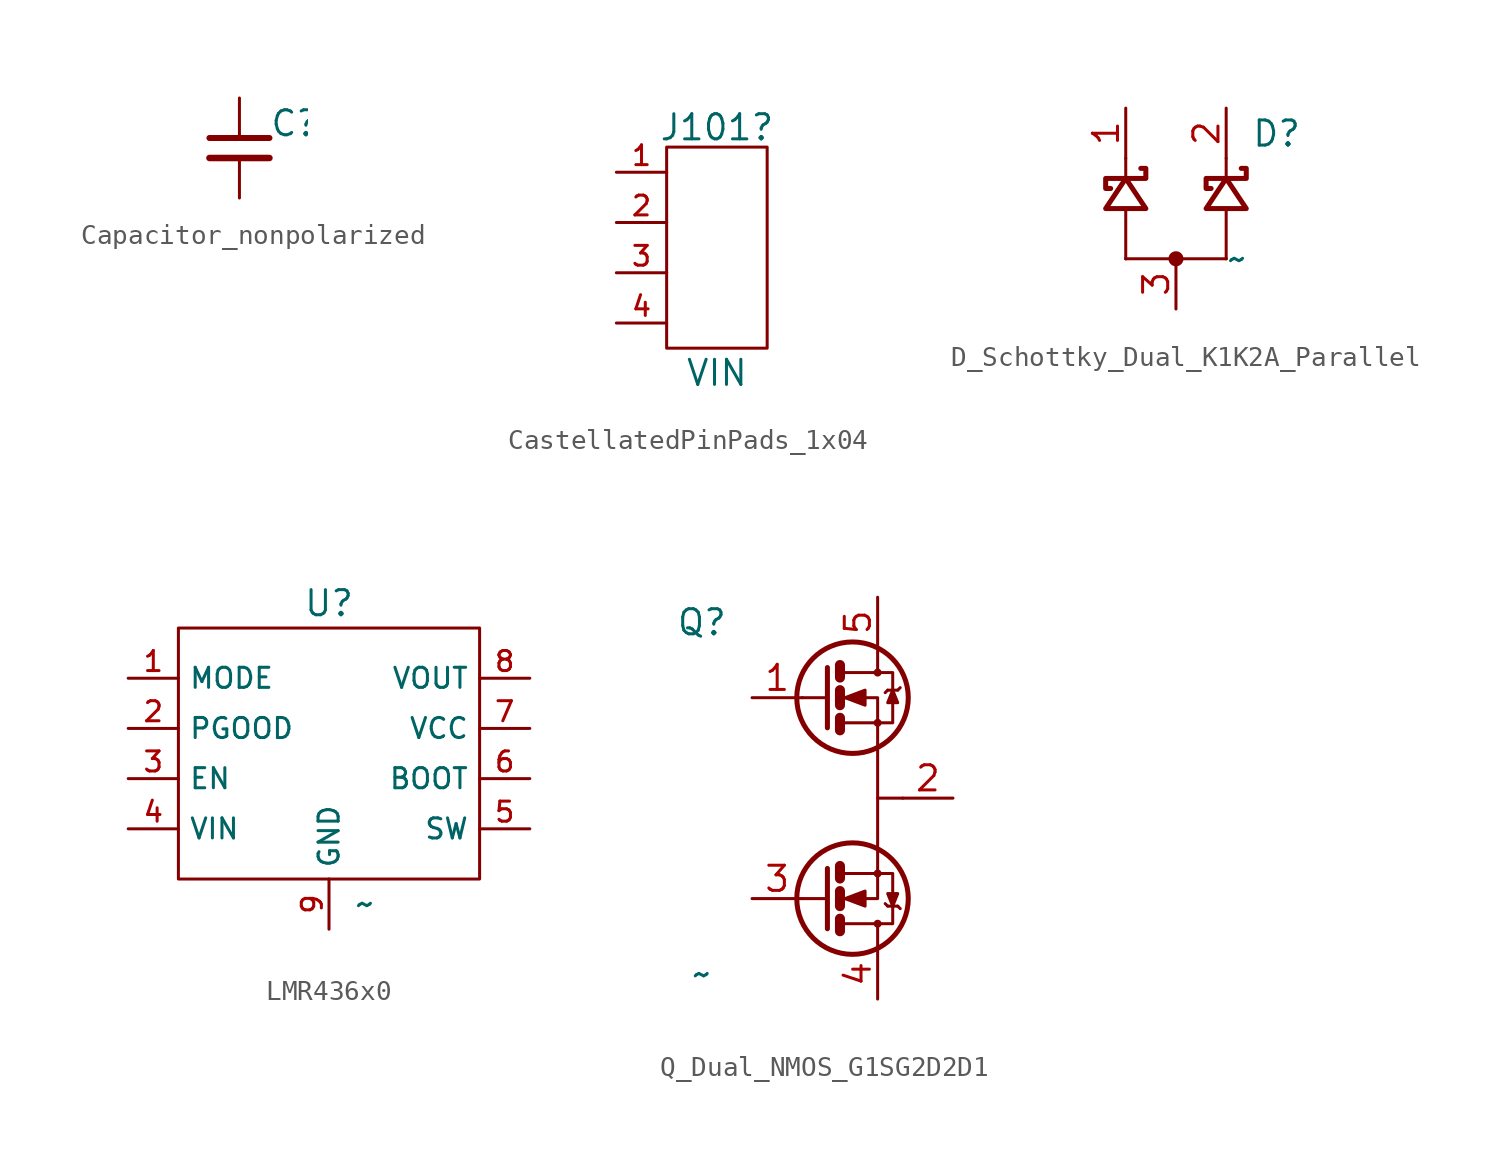
<source format=kicad_sym>
(kicad_symbol_lib
  (version 20231120)
  (generator "kicad_symbol_editor")
  (generator_version "8.0")
  (symbol "Capacitor_nonpolarized"
    (pin_numbers hide)
    (pin_names hide)
    (property "Reference" "C"
      (at 1.524 0.508 0)
      (do_not_autoplace)
      (effects (font (size 1.27 1.27)) (justify left bottom)))
    (property "Value" ""
      (at 1.524 -0.508 0)
      (do_not_autoplace)
      (effects (font (size 1.27 1.27)) (justify left top)))
    (property "Package" ""
      (at 0 -34 0)
      (show_name)
      (do_not_autoplace)
      (effects (font (size 1.27 1.27)) (justify left) (hide yes)))
    (property "Desc" ""
      (at 0 -46 0)
      (show_name)
      (do_not_autoplace)
      (effects (font (size 1.27 1.27)) (justify left) (hide yes)))
    (property "Qualification" ""
      (at 0 -48 0)
      (show_name)
      (do_not_autoplace)
      (effects (font (size 1.27 1.27)) (justify left) (hide yes)))
    (property "Voltage" ""
      (at 0 -50 0)
      (show_name)
      (do_not_autoplace)
      (effects (font (size 1.27 1.27)) (justify left) (hide yes)))
    (symbol "Capacitor_nonpolarized_0_1"
      (polyline (pts (xy -1.524 -0.508) (xy 1.524 -0.508)) (stroke (width 0.33) (type default)) (fill (type none)))
      (polyline (pts (xy -1.524 0.508) (xy 1.524 0.508)) (stroke (width 0.305) (type default)) (fill (type none))))
    (symbol "Capacitor_nonpolarized_1_1"
      (pin passive line (at 0 2.54 270) (length 2.032) (name "~" (effects (font (size 1.27 1.27)))) (number "1" (effects (font (size 1.27 1.27)))))
      (pin passive line (at 0 -2.54 90) (length 2.032) (name "~" (effects (font (size 1.27 1.27)))) (number "2" (effects (font (size 1.27 1.27)))))))
  (symbol "CastellatedPinPads_1x04"
    (property "Reference" "J101"
      (at 0 5.334 0)
      (effects (font (size 1.27 1.27)) (justify bottom)))
    (property "Value" "VIN"
      (at 0 -5.588 0)
      (effects (font (size 1.27 1.27)) (justify top)))
    (symbol "CastellatedPinPads_1x04_0_1"
      (rectangle (start -2.54 5.08) (end 2.54 -5.08) (stroke (width 0) (type default)) (fill (type none))))
    (symbol "CastellatedPinPads_1x04_1_0"
      (pin passive line (at -5.08 3.81 0) (length 2.54) (name "" (effects (font (size 1 1)))) (number "1" (effects (font (size 1 1)))) (alternate "GND" passive line))
      (pin passive line (at -5.08 1.27 0) (length 2.54) (name "" (effects (font (size 1 1)))) (number "2" (effects (font (size 1 1)))) (alternate "GND" passive line) (alternate "VCC" passive line) (alternate "VIN" passive line) (alternate "VOUT" passive line))
      (pin passive line (at -5.08 -1.27 0) (length 2.54) (name "" (effects (font (size 1 1)))) (number "3" (effects (font (size 1 1)))) (alternate "GND" passive line) (alternate "VCC" passive line) (alternate "VIN" passive line) (alternate "VOUT" passive line))
      (pin passive line (at -5.08 -3.81 0) (length 2.54) (name "" (effects (font (size 1 1)))) (number "4" (effects (font (size 1 1)))) (alternate "GND" passive line))))
  (symbol "D_Schottky_Dual_K1K2A_Parallel"
    (pin_names hide)
    (property "Reference" "D"
      (at 3.81 3.048 0)
      (do_not_autoplace)
      (effects (font (size 1.27 1.27)) (justify left bottom)))
    (property "Value" "~"
      (at 2.54 -2.54 0)
      (do_not_autoplace)
      (effects (font (size 1.27 1.27)) (justify left)))
    (symbol "D_Schottky_Dual_K1K2A_Parallel_0_1"
      (polyline (pts (xy -2.54 -2.54) (xy -2.54 -2.54)) (stroke (width 0) (type default)) (fill (type none)))
      (polyline (pts (xy -2.54 -2.54) (xy -2.54 0)) (stroke (width 0) (type default)) (fill (type none)))
      (polyline (pts (xy -2.54 -2.54) (xy 2.54 -2.54)) (stroke (width 0) (type default)) (fill (type none)))
      (polyline (pts (xy 2.54 -2.54) (xy 2.54 -2.54)) (stroke (width 0) (type default)) (fill (type none)))
      (polyline (pts (xy 2.54 -2.54) (xy 2.54 0)) (stroke (width 0) (type default)) (fill (type none)))
      (polyline (pts (xy -3.556 0) (xy -2.54 1.524) (xy -1.524 0) (xy -3.556 0)) (stroke (width 0.254) (type default)) (fill (type none)))
      (polyline (pts (xy 1.524 0) (xy 2.54 1.524) (xy 3.556 0) (xy 1.524 0)) (stroke (width 0.254) (type default)) (fill (type none)))
      (polyline (pts (xy -1.778 2.032) (xy -1.524 2.032) (xy -1.524 1.524) (xy -3.556 1.524) (xy -3.556 1.016) (xy -3.302 1.016)) (stroke (width 0.254) (type default)) (fill (type none)))
      (polyline (pts (xy 3.302 2.032) (xy 3.556 2.032) (xy 3.556 1.524) (xy 1.524 1.524) (xy 1.524 1.016) (xy 1.778 1.016)) (stroke (width 0.254) (type default)) (fill (type none)))
      (pin passive line (at -2.54 5.08 270) (length 2.54) (name "K" (effects (font (size 1 1)))) (number "1" (effects (font (size 1.27 1.27)))))
      (pin passive line (at 2.54 5.08 270) (length 2.54) (name "K" (effects (font (size 1 1)))) (number "2" (effects (font (size 1.27 1.27)))))
      (pin passive line (at 0 -5.08 90) (length 2.54) (name "A" (effects (font (size 1 1)))) (number "3" (effects (font (size 1.27 1.27))))))
    (symbol "D_Schottky_Dual_K1K2A_Parallel_1_1"
      (circle (center 0 -2.54) (radius 0.381) (stroke (width -0.0001) (type default)) (fill (type outline)))
      (polyline (pts (xy -2.54 2.54) (xy -2.54 1.524)) (stroke (width 0) (type default)) (fill (type none)))
      (polyline (pts (xy 2.54 2.54) (xy 2.54 1.524)) (stroke (width 0) (type default)) (fill (type none)))))
  (symbol "LMR436x0"
    (property "Reference" "U"
      (at 0 6.858 0)
      (do_not_autoplace)
      (effects (font (size 1.27 1.27)) (justify bottom)))
    (property "Value" "~"
      (at 1.27 -6.858 0)
      (do_not_autoplace)
      (effects (font (size 1.27 1.27)) (justify left top)))
    (symbol "LMR436x0_0_0"
      (pin open_collector line (at -10.16 1.27 0) (length 2.54) (name "PGOOD" (effects (font (size 1.016 1.016)))) (number "2" (effects (font (size 1.016 1.016)))))
      (pin power_in line (at -10.16 -3.81 0) (length 2.54) (name "VIN" (effects (font (size 1.016 1.016)))) (number "4" (effects (font (size 1.016 1.016)))))
      (pin passive line (at 10.16 -3.81 180) (length 2.54) (name "SW" (effects (font (size 1.016 1.016)))) (number "5" (effects (font (size 1.016 1.016)))))
      (pin passive line (at 10.16 -1.27 180) (length 2.54) (name "BOOT" (effects (font (size 1.016 1.016)))) (number "6" (effects (font (size 1.016 1.016)))))
      (pin power_in line (at 0 -8.89 90) (length 2.54) (name "GND" (effects (font (size 1.016 1.016)))) (number "9" (effects (font (size 1.016 1.016))))))
    (symbol "LMR436x0_0_1"
      (rectangle (start -7.62 6.35) (end 7.62 -6.35) (stroke (width 0) (type default)) (fill (type none))))
    (symbol "LMR436x0_1_0"
      (pin input line (at -10.16 3.81 0) (length 2.54) (name "MODE" (effects (font (size 1.016 1.016)))) (number "1" (effects (font (size 1.016 1.016)))) (alternate "RT" passive line) (alternate "SYNC" input clock))
      (pin input line (at -10.16 -1.27 0) (length 2.54) (name "EN" (effects (font (size 1.016 1.016)))) (number "3" (effects (font (size 1.016 1.016)))) (alternate "UVLO" passive line))
      (pin passive line (at 10.16 1.27 180) (length 2.54) (name "VCC" (effects (font (size 1.016 1.016)))) (number "7" (effects (font (size 1.016 1.016)))))
      (pin passive line (at 10.16 3.81 180) (length 2.54) (name "VOUT" (effects (font (size 1.016 1.016)))) (number "8" (effects (font (size 1.016 1.016)))) (alternate "FB" passive line))))
  (symbol "Q_Dual_NMOS_G1SG2D2D1"
    (pin_names hide)
    (property "Reference" "Q"
      (at -7.62 8.89 0)
      (do_not_autoplace)
      (effects (font (size 1.27 1.27))))
    (property "Value" "~"
      (at -7.62 -8.89 0)
      (do_not_autoplace)
      (effects (font (size 1.27 1.27))))
    (symbol "Q_Dual_NMOS_G1SG2D2D1_0_1"
      (polyline (pts (xy 1.27 -2.54) (xy 1.27 2.54)) (stroke (width 0) (type default)) (fill (type none)))
      (polyline (pts (xy 2.54 0) (xy 1.27 0)) (stroke (width 0) (type default)) (fill (type none))))
    (symbol "Q_Dual_NMOS_G1SG2D2D1_1_1"
      (circle (center 0 -5.08) (radius 2.819) (stroke (width 0.254) (type default)) (fill (type none)))
      (polyline (pts (xy -1.27 -5.08) (xy -2.54 -5.08)) (stroke (width 0) (type default)) (fill (type none)))
      (polyline (pts (xy -1.27 5.08) (xy -2.54 5.08)) (stroke (width 0) (type default)) (fill (type none)))
      (polyline (pts (xy -0.635 -6.731) (xy -0.635 -6.096)) (stroke (width 0.508) (type default)) (fill (type none)))
      (polyline (pts (xy -0.635 -5.461) (xy -0.635 -4.699)) (stroke (width 0.508) (type default)) (fill (type none)))
      (polyline (pts (xy -0.635 -4.064) (xy -0.635 -3.429)) (stroke (width 0.508) (type default)) (fill (type none)))
      (polyline (pts (xy -0.635 4.064) (xy -0.635 3.429)) (stroke (width 0.508) (type default)) (fill (type none)))
      (polyline (pts (xy -0.635 5.461) (xy -0.635 4.699)) (stroke (width 0.508) (type default)) (fill (type none)))
      (polyline (pts (xy -0.635 6.731) (xy -0.635 6.096)) (stroke (width 0.508) (type default)) (fill (type none)))
      (polyline (pts (xy 1.778 -5.461) (xy 1.651 -5.334)) (stroke (width 0) (type default)) (fill (type none)))
      (polyline (pts (xy 1.778 -5.461) (xy 2.286 -5.461)) (stroke (width 0) (type default)) (fill (type none)))
      (polyline (pts (xy 1.778 5.461) (xy 1.651 5.334)) (stroke (width 0) (type default)) (fill (type none)))
      (polyline (pts (xy 1.778 5.461) (xy 2.286 5.461)) (stroke (width 0) (type default)) (fill (type none)))
      (polyline (pts (xy 2.286 -5.461) (xy 2.413 -5.588)) (stroke (width 0) (type default)) (fill (type none)))
      (polyline (pts (xy 2.286 5.461) (xy 2.413 5.588)) (stroke (width 0) (type default)) (fill (type none)))
      (polyline (pts (xy -1.27 -6.604) (xy -1.27 -3.556) (xy -1.27 -3.556)) (stroke (width 0.254) (type default)) (fill (type none)))
      (polyline (pts (xy -1.27 6.604) (xy -1.27 3.556) (xy -1.27 3.556)) (stroke (width 0.254) (type default)) (fill (type none)))
      (polyline (pts (xy -0.508 -6.35) (xy 1.27 -6.35) (xy 1.27 -7.62) (xy 1.27 -7.62)) (stroke (width 0) (type default)) (fill (type none)))
      (polyline (pts (xy -0.508 -3.81) (xy 1.27 -3.81) (xy 1.27 -2.54) (xy 1.27 -2.54)) (stroke (width 0) (type default)) (fill (type none)))
      (polyline (pts (xy -0.508 3.81) (xy 1.27 3.81) (xy 1.27 2.54) (xy 1.27 2.54)) (stroke (width 0) (type default)) (fill (type none)))
      (polyline (pts (xy -0.508 6.35) (xy 1.27 6.35) (xy 1.27 7.62) (xy 1.27 7.62)) (stroke (width 0) (type default)) (fill (type none)))
      (polyline (pts (xy 1.27 -6.35) (xy 2.032 -6.35) (xy 2.032 -3.81) (xy 1.27 -3.81)) (stroke (width 0) (type default)) (fill (type none)))
      (polyline (pts (xy 1.27 6.35) (xy 2.032 6.35) (xy 2.032 3.81) (xy 1.27 3.81)) (stroke (width 0) (type default)) (fill (type none)))
      (polyline (pts (xy 2.032 -5.461) (xy 1.778 -4.826) (xy 2.286 -4.826) (xy 2.032 -5.461)) (stroke (width 0) (type default)) (fill (type outline)))
      (polyline (pts (xy 2.032 5.461) (xy 1.778 4.826) (xy 2.286 4.826) (xy 2.032 5.461)) (stroke (width 0) (type default)) (fill (type outline)))
      (polyline (pts (xy -0.508 -5.08) (xy 0 -5.08) (xy 1.27 -5.08) (xy 1.27 -3.81) (xy 1.27 -3.81)) (stroke (width 0) (type default)) (fill (type none)))
      (polyline (pts (xy -0.508 5.08) (xy 0 5.08) (xy 1.27 5.08) (xy 1.27 3.81) (xy 1.27 3.81)) (stroke (width 0) (type default)) (fill (type none)))
      (polyline (pts (xy -0.381 -5.08) (xy 0.635 -5.461) (xy 0.635 -4.699) (xy -0.381 -5.08) (xy -0.254 -5.08) (xy -0.254 -5.08)) (stroke (width 0) (type default)) (fill (type outline)))
      (polyline (pts (xy -0.381 5.08) (xy 0.635 5.461) (xy 0.635 4.699) (xy -0.381 5.08) (xy -0.254 5.08) (xy -0.254 5.08)) (stroke (width 0) (type default)) (fill (type outline)))
      (circle (center 0 5.08) (radius 2.819) (stroke (width 0.254) (type default)) (fill (type none)))
      (circle (center 1.27 -6.35) (radius 0.127) (stroke (width 0) (type default)) (fill (type none)))
      (circle (center 1.27 -3.81) (radius 0.127) (stroke (width 0) (type default)) (fill (type none)))
      (circle (center 1.27 3.81) (radius 0.127) (stroke (width 0) (type default)) (fill (type none)))
      (circle (center 1.27 6.35) (radius 0.127) (stroke (width 0) (type default)) (fill (type none)))
      (pin input line (at -5.08 5.08 0) (length 2.54) (name "G1" (effects (font (size 1.27 1.27)))) (number "1" (effects (font (size 1.27 1.27)))))
      (pin passive line (at 5.08 0 180) (length 2.54) (name "S" (effects (font (size 1.27 1.27)))) (number "2" (effects (font (size 1.27 1.27)))))
      (pin input line (at -5.08 -5.08 0) (length 2.54) (name "G2" (effects (font (size 1.27 1.27)))) (number "3" (effects (font (size 1.27 1.27)))))
      (pin passive line (at 1.27 -10.16 90) (length 2.54) (name "D2" (effects (font (size 1.27 1.27)))) (number "4" (effects (font (size 1.27 1.27)))))
      (pin passive line (at 1.27 10.16 270) (length 2.54) (name "D1" (effects (font (size 1.27 1.27)))) (number "5" (effects (font (size 1.27 1.27))))))))
</source>
